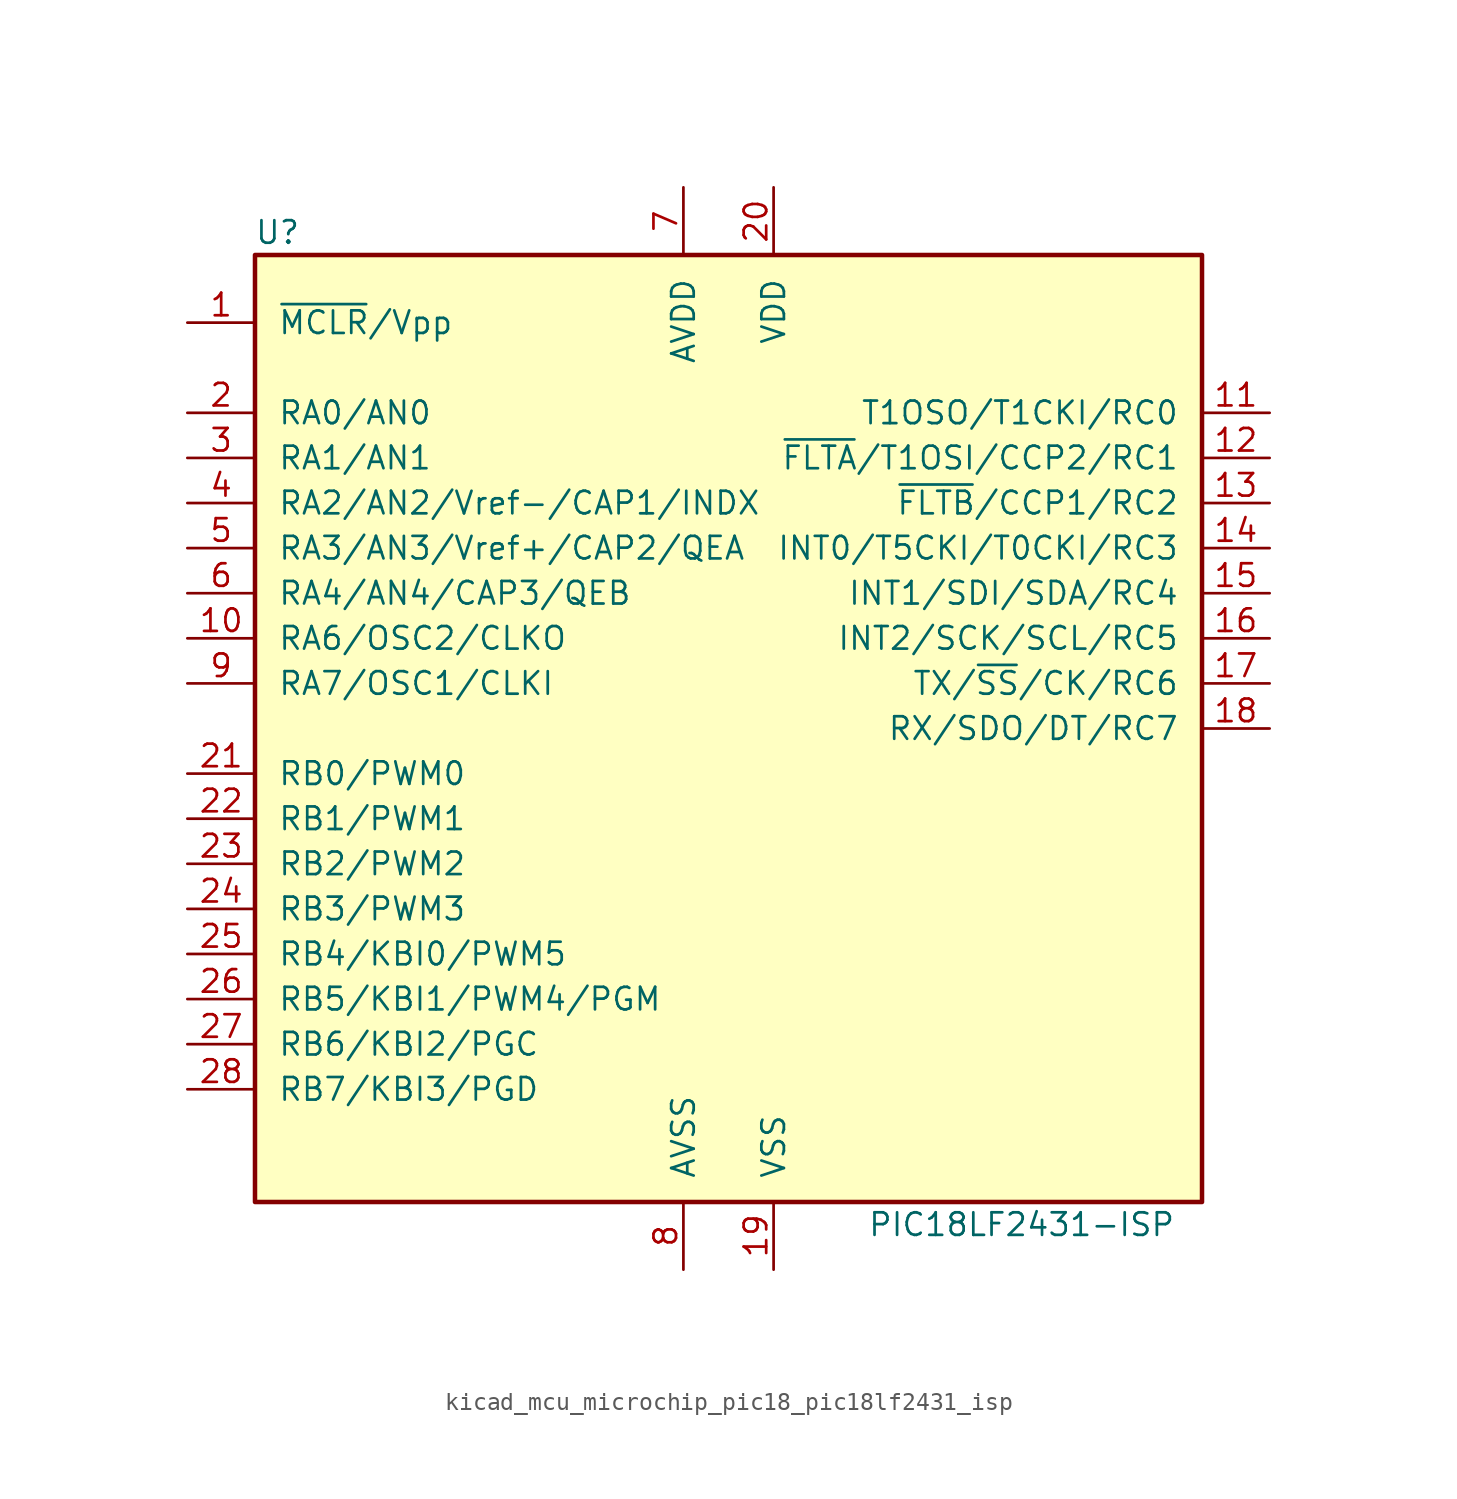
<source format=kicad_sym>
(kicad_symbol_lib
  (version 20220914)
  (generator kicad_symbol_editor)
  (symbol "kicad_mcu_microchip_pic18_pic18lf2431_isp"
    (pin_names
      (offset 1.27))
    (property "Reference" "U"
      (at -25.4 27.94 0)
      (effects (font (size 1.27 1.27))))
    (property "Value" "PIC18LF2431-ISP"
      (at 16.51 -27.94 0)
      (effects (font (size 1.27 1.27))))
    (symbol "kicad_mcu_microchip_pic18_pic18lf2431_isp_0_1"
      (rectangle (start -26.67 26.67) (end 26.67 -26.67) (stroke (width 0.254) (type default)) (fill (type background))))
    (symbol "kicad_mcu_microchip_pic18_pic18lf2431_isp_1_1"
      (pin input line (at -30.48 22.86 0) (length 3.81) (name "~{MCLR}/Vpp" (effects (font (size 1.27 1.27)))) (number "1" (effects (font (size 1.27 1.27)))))
      (pin bidirectional line (at -30.48 5.08 0) (length 3.81) (name "RA6/OSC2/CLKO" (effects (font (size 1.27 1.27)))) (number "10" (effects (font (size 1.27 1.27)))))
      (pin bidirectional line (at 30.48 17.78 180) (length 3.81) (name "T1OSO/T1CKI/RC0" (effects (font (size 1.27 1.27)))) (number "11" (effects (font (size 1.27 1.27)))))
      (pin bidirectional line (at 30.48 15.24 180) (length 3.81) (name "~{FLTA}/T1OSI/CCP2/RC1" (effects (font (size 1.27 1.27)))) (number "12" (effects (font (size 1.27 1.27)))))
      (pin bidirectional line (at 30.48 12.7 180) (length 3.81) (name "~{FLTB}/CCP1/RC2" (effects (font (size 1.27 1.27)))) (number "13" (effects (font (size 1.27 1.27)))))
      (pin bidirectional line (at 30.48 10.16 180) (length 3.81) (name "INT0/T5CKI/T0CKI/RC3" (effects (font (size 1.27 1.27)))) (number "14" (effects (font (size 1.27 1.27)))))
      (pin bidirectional line (at 30.48 7.62 180) (length 3.81) (name "INT1/SDI/SDA/RC4" (effects (font (size 1.27 1.27)))) (number "15" (effects (font (size 1.27 1.27)))))
      (pin bidirectional line (at 30.48 5.08 180) (length 3.81) (name "INT2/SCK/SCL/RC5" (effects (font (size 1.27 1.27)))) (number "16" (effects (font (size 1.27 1.27)))))
      (pin bidirectional line (at 30.48 2.54 180) (length 3.81) (name "TX/~{SS}/CK/RC6" (effects (font (size 1.27 1.27)))) (number "17" (effects (font (size 1.27 1.27)))))
      (pin bidirectional line (at 30.48 0 180) (length 3.81) (name "RX/SDO/DT/RC7" (effects (font (size 1.27 1.27)))) (number "18" (effects (font (size 1.27 1.27)))))
      (pin power_in line (at 2.54 -30.48 90) (length 3.81) (name "VSS" (effects (font (size 1.27 1.27)))) (number "19" (effects (font (size 1.27 1.27)))))
      (pin bidirectional line (at -30.48 17.78 0) (length 3.81) (name "RA0/AN0" (effects (font (size 1.27 1.27)))) (number "2" (effects (font (size 1.27 1.27)))))
      (pin power_in line (at 2.54 30.48 270) (length 3.81) (name "VDD" (effects (font (size 1.27 1.27)))) (number "20" (effects (font (size 1.27 1.27)))))
      (pin bidirectional line (at -30.48 -2.54 0) (length 3.81) (name "RB0/PWM0" (effects (font (size 1.27 1.27)))) (number "21" (effects (font (size 1.27 1.27)))))
      (pin bidirectional line (at -30.48 -5.08 0) (length 3.81) (name "RB1/PWM1" (effects (font (size 1.27 1.27)))) (number "22" (effects (font (size 1.27 1.27)))))
      (pin bidirectional line (at -30.48 -7.62 0) (length 3.81) (name "RB2/PWM2" (effects (font (size 1.27 1.27)))) (number "23" (effects (font (size 1.27 1.27)))))
      (pin bidirectional line (at -30.48 -10.16 0) (length 3.81) (name "RB3/PWM3" (effects (font (size 1.27 1.27)))) (number "24" (effects (font (size 1.27 1.27)))))
      (pin bidirectional line (at -30.48 -12.7 0) (length 3.81) (name "RB4/KBI0/PWM5" (effects (font (size 1.27 1.27)))) (number "25" (effects (font (size 1.27 1.27)))))
      (pin bidirectional line (at -30.48 -15.24 0) (length 3.81) (name "RB5/KBI1/PWM4/PGM" (effects (font (size 1.27 1.27)))) (number "26" (effects (font (size 1.27 1.27)))))
      (pin bidirectional line (at -30.48 -17.78 0) (length 3.81) (name "RB6/KBI2/PGC" (effects (font (size 1.27 1.27)))) (number "27" (effects (font (size 1.27 1.27)))))
      (pin bidirectional line (at -30.48 -20.32 0) (length 3.81) (name "RB7/KBI3/PGD" (effects (font (size 1.27 1.27)))) (number "28" (effects (font (size 1.27 1.27)))))
      (pin bidirectional line (at -30.48 15.24 0) (length 3.81) (name "RA1/AN1" (effects (font (size 1.27 1.27)))) (number "3" (effects (font (size 1.27 1.27)))))
      (pin bidirectional line (at -30.48 12.7 0) (length 3.81) (name "RA2/AN2/Vref-/CAP1/INDX" (effects (font (size 1.27 1.27)))) (number "4" (effects (font (size 1.27 1.27)))))
      (pin bidirectional line (at -30.48 10.16 0) (length 3.81) (name "RA3/AN3/Vref+/CAP2/QEA" (effects (font (size 1.27 1.27)))) (number "5" (effects (font (size 1.27 1.27)))))
      (pin bidirectional line (at -30.48 7.62 0) (length 3.81) (name "RA4/AN4/CAP3/QEB" (effects (font (size 1.27 1.27)))) (number "6" (effects (font (size 1.27 1.27)))))
      (pin power_in line (at -2.54 30.48 270) (length 3.81) (name "AVDD" (effects (font (size 1.27 1.27)))) (number "7" (effects (font (size 1.27 1.27)))))
      (pin power_in line (at -2.54 -30.48 90) (length 3.81) (name "AVSS" (effects (font (size 1.27 1.27)))) (number "8" (effects (font (size 1.27 1.27)))))
      (pin bidirectional line (at -30.48 2.54 0) (length 3.81) (name "RA7/OSC1/CLKI" (effects (font (size 1.27 1.27)))) (number "9" (effects (font (size 1.27 1.27))))))))
</source>
